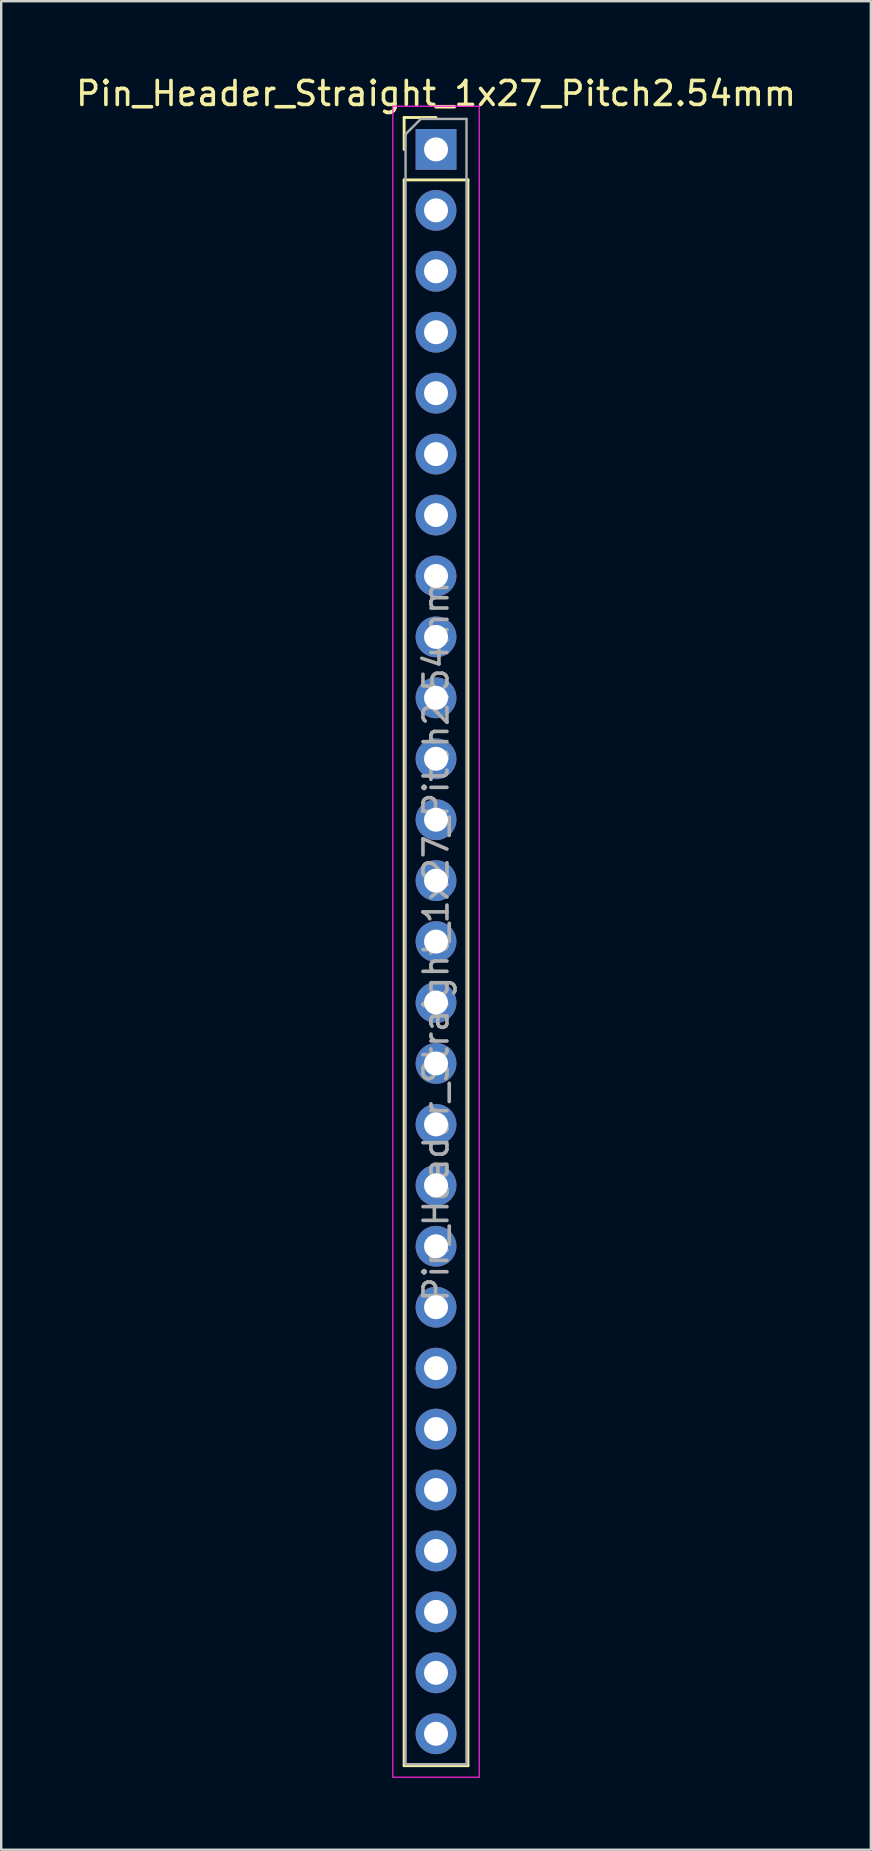
<source format=kicad_pcb>
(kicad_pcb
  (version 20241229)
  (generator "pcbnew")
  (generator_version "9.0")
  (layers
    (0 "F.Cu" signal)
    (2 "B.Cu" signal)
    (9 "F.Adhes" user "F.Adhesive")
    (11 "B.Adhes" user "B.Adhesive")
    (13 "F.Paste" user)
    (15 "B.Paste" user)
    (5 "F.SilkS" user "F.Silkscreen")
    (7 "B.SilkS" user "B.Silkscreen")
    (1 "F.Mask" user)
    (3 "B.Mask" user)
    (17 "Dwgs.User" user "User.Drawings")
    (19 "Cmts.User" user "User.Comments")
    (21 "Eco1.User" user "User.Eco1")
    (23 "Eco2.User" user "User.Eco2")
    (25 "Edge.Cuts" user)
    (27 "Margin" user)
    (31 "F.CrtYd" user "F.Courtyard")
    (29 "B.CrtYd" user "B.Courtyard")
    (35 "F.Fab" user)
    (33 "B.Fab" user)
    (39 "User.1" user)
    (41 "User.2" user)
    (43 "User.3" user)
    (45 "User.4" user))
  (footprint "Pin_Header_Straight_1x27_Pitch2.54mm"
    (layer "F.Cu")
    (at 15.125 3.178)
    (property "Reference" "Pin_Header_Straight_1x27_Pitch2.54mm" (at 0 -2.33 0) (layer "F.SilkS") (effects (font (size 1 1) (thickness 0.15))))
    (attr through_hole)
    (fp_line (start -1.33 -1.33) (end 0 -1.33) (stroke (width 0.12) (type solid)) (layer "F.SilkS"))
    (fp_line (start -1.33 0) (end -1.33 -1.33) (stroke (width 0.12) (type solid)) (layer "F.SilkS"))
    (fp_line (start -1.33 1.27) (end -1.33 67.37) (stroke (width 0.12) (type solid)) (layer "F.SilkS"))
    (fp_line (start -1.33 67.37) (end 1.33 67.37) (stroke (width 0.12) (type solid)) (layer "F.SilkS"))
    (fp_line (start 1.33 1.27) (end -1.33 1.27) (stroke (width 0.12) (type solid)) (layer "F.SilkS"))
    (fp_line (start 1.33 67.37) (end 1.33 1.27) (stroke (width 0.12) (type solid)) (layer "F.SilkS"))
    (fp_line (start -1.8 -1.8) (end -1.8 67.85) (stroke (width 0.05) (type solid)) (layer "F.CrtYd"))
    (fp_line (start -1.8 67.85) (end 1.8 67.85) (stroke (width 0.05) (type solid)) (layer "F.CrtYd"))
    (fp_line (start 1.8 -1.8) (end -1.8 -1.8) (stroke (width 0.05) (type solid)) (layer "F.CrtYd"))
    (fp_line (start 1.8 67.85) (end 1.8 -1.8) (stroke (width 0.05) (type solid)) (layer "F.CrtYd"))
    (fp_line (start -1.27 -0.635) (end -0.635 -1.27) (stroke (width 0.1) (type solid)) (layer "F.Fab"))
    (fp_line (start -1.27 67.31) (end -1.27 -0.635) (stroke (width 0.1) (type solid)) (layer "F.Fab"))
    (fp_line (start -0.635 -1.27) (end 1.27 -1.27) (stroke (width 0.1) (type solid)) (layer "F.Fab"))
    (fp_line (start 1.27 -1.27) (end 1.27 67.31) (stroke (width 0.1) (type solid)) (layer "F.Fab"))
    (fp_line (start 1.27 67.31) (end -1.27 67.31) (stroke (width 0.1) (type solid)) (layer "F.Fab"))
    (fp_text user "${REFERENCE}" (at 0 33.02 90) (layer "F.Fab") (effects (font (size 1 1) (thickness 0.15))))
    (pad "1" thru_hole rect (at 0 0) (size 1.7 1.7) (drill 1) (layers "*.Cu" "*.Mask"))
    (pad "2" thru_hole oval (at 0 2.54) (size 1.7 1.7) (drill 1) (layers "*.Cu" "*.Mask"))
    (pad "3" thru_hole oval (at 0 5.08) (size 1.7 1.7) (drill 1) (layers "*.Cu" "*.Mask"))
    (pad "4" thru_hole oval (at 0 7.62) (size 1.7 1.7) (drill 1) (layers "*.Cu" "*.Mask"))
    (pad "5" thru_hole oval (at 0 10.16) (size 1.7 1.7) (drill 1) (layers "*.Cu" "*.Mask"))
    (pad "6" thru_hole oval (at 0 12.7) (size 1.7 1.7) (drill 1) (layers "*.Cu" "*.Mask"))
    (pad "7" thru_hole oval (at 0 15.24) (size 1.7 1.7) (drill 1) (layers "*.Cu" "*.Mask"))
    (pad "8" thru_hole oval (at 0 17.78) (size 1.7 1.7) (drill 1) (layers "*.Cu" "*.Mask"))
    (pad "9" thru_hole oval (at 0 20.32) (size 1.7 1.7) (drill 1) (layers "*.Cu" "*.Mask"))
    (pad "10" thru_hole oval (at 0 22.86) (size 1.7 1.7) (drill 1) (layers "*.Cu" "*.Mask"))
    (pad "11" thru_hole oval (at 0 25.4) (size 1.7 1.7) (drill 1) (layers "*.Cu" "*.Mask"))
    (pad "12" thru_hole oval (at 0 27.94) (size 1.7 1.7) (drill 1) (layers "*.Cu" "*.Mask"))
    (pad "13" thru_hole oval (at 0 30.48) (size 1.7 1.7) (drill 1) (layers "*.Cu" "*.Mask"))
    (pad "14" thru_hole oval (at 0 33.02) (size 1.7 1.7) (drill 1) (layers "*.Cu" "*.Mask"))
    (pad "15" thru_hole oval (at 0 35.56) (size 1.7 1.7) (drill 1) (layers "*.Cu" "*.Mask"))
    (pad "16" thru_hole oval (at 0 38.1) (size 1.7 1.7) (drill 1) (layers "*.Cu" "*.Mask"))
    (pad "17" thru_hole oval (at 0 40.64) (size 1.7 1.7) (drill 1) (layers "*.Cu" "*.Mask"))
    (pad "18" thru_hole oval (at 0 43.18) (size 1.7 1.7) (drill 1) (layers "*.Cu" "*.Mask"))
    (pad "19" thru_hole oval (at 0 45.72) (size 1.7 1.7) (drill 1) (layers "*.Cu" "*.Mask"))
    (pad "20" thru_hole oval (at 0 48.26) (size 1.7 1.7) (drill 1) (layers "*.Cu" "*.Mask"))
    (pad "21" thru_hole oval (at 0 50.8) (size 1.7 1.7) (drill 1) (layers "*.Cu" "*.Mask"))
    (pad "22" thru_hole oval (at 0 53.34) (size 1.7 1.7) (drill 1) (layers "*.Cu" "*.Mask"))
    (pad "23" thru_hole oval (at 0 55.88) (size 1.7 1.7) (drill 1) (layers "*.Cu" "*.Mask"))
    (pad "24" thru_hole oval (at 0 58.42) (size 1.7 1.7) (drill 1) (layers "*.Cu" "*.Mask"))
    (pad "25" thru_hole oval (at 0 60.96) (size 1.7 1.7) (drill 1) (layers "*.Cu" "*.Mask"))
    (pad "26" thru_hole oval (at 0 63.5) (size 1.7 1.7) (drill 1) (layers "*.Cu" "*.Mask"))
    (pad "27" thru_hole oval (at 0 66.04) (size 1.7 1.7) (drill 1) (layers "*.Cu" "*.Mask")))
  (gr_rect
    (start -3 -3)
    (end 33.25 74.053)
    (stroke (width 0.1) (type default))
    (fill no)
    (layer "Edge.Cuts")))
</source>
